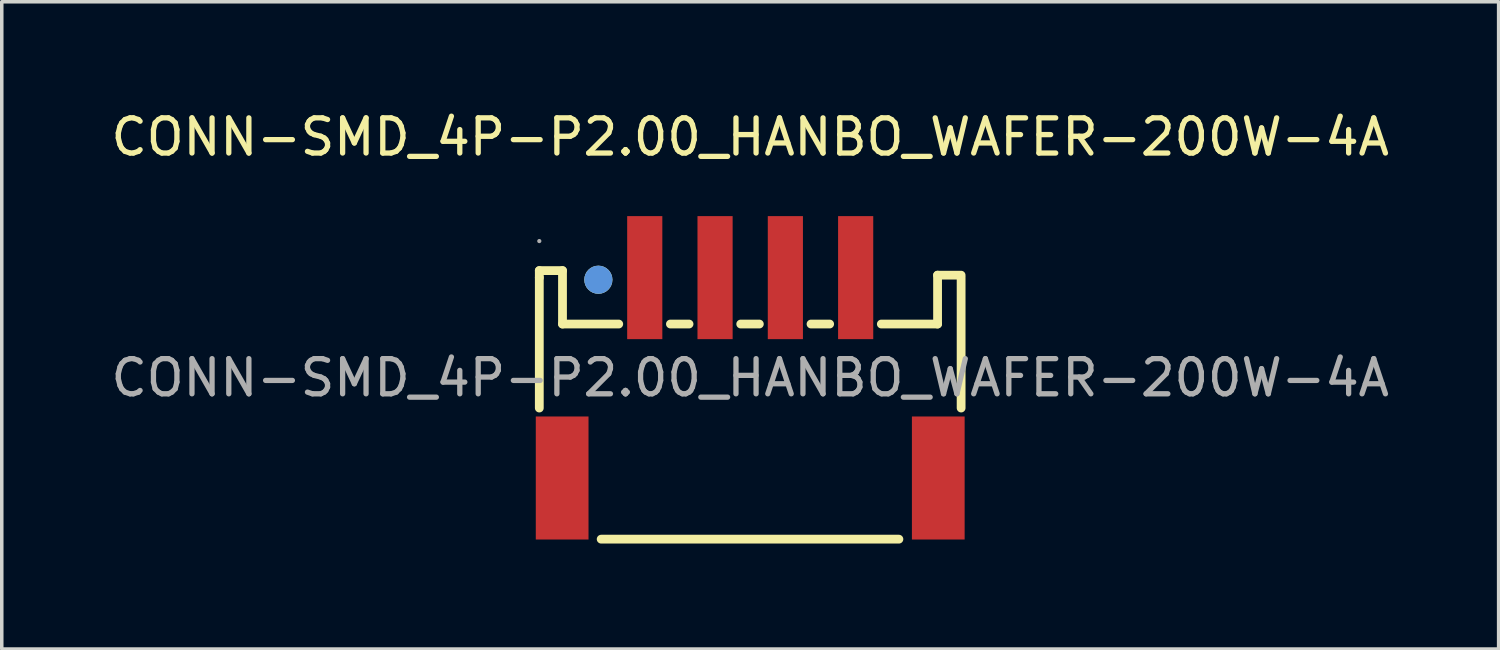
<source format=kicad_pcb>
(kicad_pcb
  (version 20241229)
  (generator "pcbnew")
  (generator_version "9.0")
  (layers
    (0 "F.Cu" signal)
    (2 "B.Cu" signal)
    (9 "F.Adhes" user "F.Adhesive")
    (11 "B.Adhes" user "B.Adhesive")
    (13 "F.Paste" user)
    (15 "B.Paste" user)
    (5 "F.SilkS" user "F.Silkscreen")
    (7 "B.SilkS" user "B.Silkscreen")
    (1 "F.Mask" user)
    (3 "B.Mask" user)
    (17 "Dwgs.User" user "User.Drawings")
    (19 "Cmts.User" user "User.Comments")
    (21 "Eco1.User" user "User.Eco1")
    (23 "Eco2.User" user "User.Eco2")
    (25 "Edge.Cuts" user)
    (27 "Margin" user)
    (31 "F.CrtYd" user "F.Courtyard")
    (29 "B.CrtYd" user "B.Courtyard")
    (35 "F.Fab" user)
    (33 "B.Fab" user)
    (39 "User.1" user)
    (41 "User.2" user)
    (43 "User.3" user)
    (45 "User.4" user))
  (footprint "CONN-SMD_4P-P2.00_HANBO_WAFER-200W-4A"
    (layer "F.Cu")
    (at 18.292 7.698)
    (property "Reference" "CONN-SMD_4P-P2.00_HANBO_WAFER-200W-4A" (at 0 -6.85 0) (layer "F.SilkS") (effects (font (size 1 1) (thickness 0.15))))
    (attr smd)
    (fp_line (start -6 -3.05) (end -5.34 -3.05) (stroke (width 0.25) (type solid)) (layer "F.SilkS"))
    (fp_line (start -6 -2.85) (end -6 -3.05) (stroke (width 0.25) (type solid)) (layer "F.SilkS"))
    (fp_line (start -6 -2.85) (end -6 0.86) (stroke (width 0.25) (type solid)) (layer "F.SilkS"))
    (fp_line (start -5.34 -3.05) (end -5.34 -1.53) (stroke (width 0.25) (type solid)) (layer "F.SilkS"))
    (fp_line (start -5.34 -1.53) (end -3.74 -1.53) (stroke (width 0.25) (type solid)) (layer "F.SilkS"))
    (fp_line (start -4.24 4.59) (end 4.23 4.59) (stroke (width 0.25) (type solid)) (layer "F.SilkS"))
    (fp_line (start -2.27 -1.53) (end -1.74 -1.53) (stroke (width 0.25) (type solid)) (layer "F.SilkS"))
    (fp_line (start -0.27 -1.53) (end 0.26 -1.53) (stroke (width 0.25) (type solid)) (layer "F.SilkS"))
    (fp_line (start 1.73 -1.53) (end 2.26 -1.53) (stroke (width 0.25) (type solid)) (layer "F.SilkS"))
    (fp_line (start 3.73 -1.53) (end 5.33 -1.53) (stroke (width 0.25) (type solid)) (layer "F.SilkS"))
    (fp_line (start 5.33 -2.92) (end 6 -2.92) (stroke (width 0.25) (type solid)) (layer "F.SilkS"))
    (fp_line (start 5.33 -1.53) (end 5.33 -2.92) (stroke (width 0.25) (type solid)) (layer "F.SilkS"))
    (fp_line (start 6 -2.85) (end 6 0.86) (stroke (width 0.25) (type solid)) (layer "F.SilkS"))
    (fp_circle (center -4.32 -2.79) (end -4.12 -2.79) (stroke (width 0.4) (type solid)) (fill no) (layer "F.SilkS"))
    (fp_circle (center -4.32 -2.79) (end -4.12 -2.79) (stroke (width 0.4) (type solid)) (fill no) (layer "Cmts.User"))
    (fp_circle (center -6 -3.89) (end -5.97 -3.89) (stroke (width 0.06) (type solid)) (fill no) (layer "F.Fab"))
    (fp_text user "${REFERENCE}" (at 0 0 0) (layer "F.Fab") (effects (font (size 1 1) (thickness 0.15))))
    (pad "1" smd rect (at -3 -2.85) (size 1 3.5) (layers "F.Cu" "F.Mask" "F.Paste"))
    (pad "2" smd rect (at -1 -2.85) (size 1 3.5) (layers "F.Cu" "F.Mask" "F.Paste"))
    (pad "3" smd rect (at 1 -2.85) (size 1 3.5) (layers "F.Cu" "F.Mask" "F.Paste"))
    (pad "4" smd rect (at 3 -2.85) (size 1 3.5) (layers "F.Cu" "F.Mask" "F.Paste"))
    (pad "5" smd rect (at 5.35 2.85) (size 1.5 3.5) (layers "F.Cu" "F.Mask" "F.Paste"))
    (pad "6" smd rect (at -5.35 2.85) (size 1.5 3.5) (layers "F.Cu" "F.Mask" "F.Paste")))
  (gr_rect
    (start -3 -3)
    (end 39.583 15.413)
    (stroke (width 0.1) (type default))
    (fill no)
    (layer "Edge.Cuts")))
</source>
